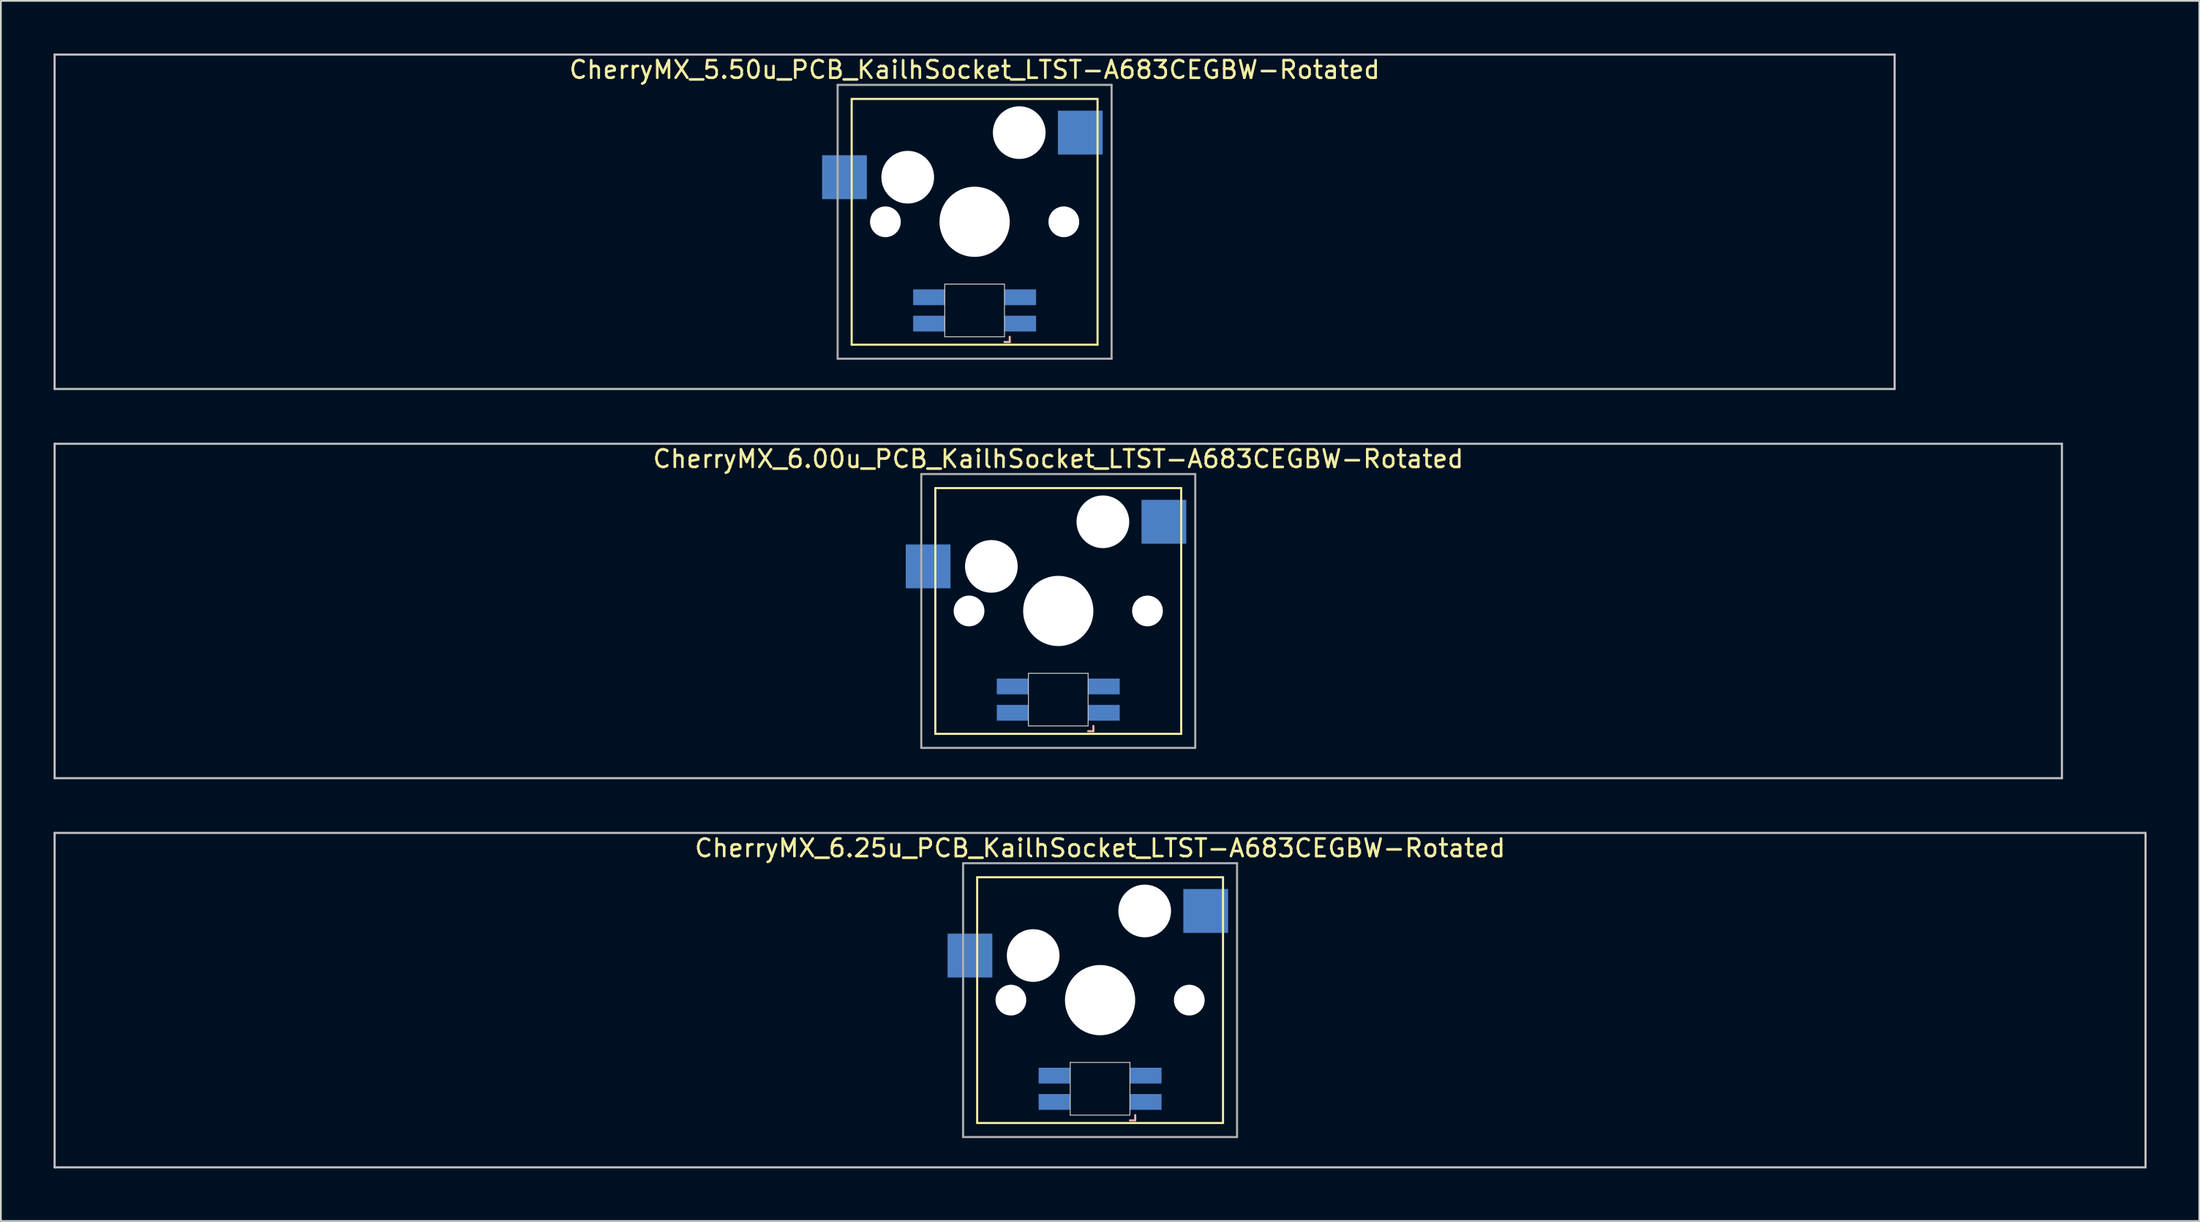
<source format=kicad_pcb>
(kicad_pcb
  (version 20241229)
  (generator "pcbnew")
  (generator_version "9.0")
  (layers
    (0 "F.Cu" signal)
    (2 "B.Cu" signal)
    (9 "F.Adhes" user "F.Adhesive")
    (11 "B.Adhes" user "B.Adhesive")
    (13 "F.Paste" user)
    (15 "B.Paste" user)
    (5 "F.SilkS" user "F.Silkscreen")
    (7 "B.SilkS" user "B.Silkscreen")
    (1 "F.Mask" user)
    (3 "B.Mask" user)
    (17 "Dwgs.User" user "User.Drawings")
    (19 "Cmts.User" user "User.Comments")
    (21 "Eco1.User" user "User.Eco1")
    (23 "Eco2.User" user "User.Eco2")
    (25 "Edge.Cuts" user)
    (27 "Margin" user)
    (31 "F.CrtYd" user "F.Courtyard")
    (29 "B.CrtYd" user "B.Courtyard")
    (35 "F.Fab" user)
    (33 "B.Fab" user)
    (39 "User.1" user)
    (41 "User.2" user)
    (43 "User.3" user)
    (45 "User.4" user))
  (footprint "CherryMX_5.50u_PCB_KailhSocket_LTST-A683CEGBW-Rotated"
    (layer "F.Cu")
    (at 52.447 9.585)
    (property "Reference" "CherryMX_5.50u_PCB_KailhSocket_LTST-A683CEGBW-Rotated" (at 0 -8.662 0) (layer "F.SilkS") (effects (font (size 1 1) (thickness 0.15))))
    (attr through_hole)
    (fp_line (start -7 -7) (end -7 7) (stroke (width 0.12) (type solid)) (layer "F.SilkS"))
    (fp_line (start -7 -7) (end 7 -7) (stroke (width 0.12) (type solid)) (layer "F.SilkS"))
    (fp_line (start 7 -7) (end 7 7) (stroke (width 0.12) (type solid)) (layer "F.SilkS"))
    (fp_line (start 7 7) (end -7 7) (stroke (width 0.12) (type solid)) (layer "F.SilkS"))
    (fp_line (start 1.7 6.85) (end 2 6.85) (stroke (width 0.12) (type solid)) (layer "B.SilkS"))
    (fp_line (start 2 6.85) (end 2 6.55) (stroke (width 0.12) (type solid)) (layer "B.SilkS"))
    (fp_line (start -52.388 -9.525) (end 52.388 -9.525) (stroke (width 0.12) (type solid)) (layer "Dwgs.User"))
    (fp_line (start -52.388 9.525) (end -52.388 -9.525) (stroke (width 0.12) (type solid)) (layer "Dwgs.User"))
    (fp_line (start 52.388 -9.525) (end 52.388 9.525) (stroke (width 0.12) (type solid)) (layer "Dwgs.User"))
    (fp_line (start 52.388 9.525) (end -52.388 9.525) (stroke (width 0.12) (type solid)) (layer "Dwgs.User"))
    (fp_line (start -1.7 3.55) (end 1.7 3.55) (stroke (width 0.05) (type solid)) (layer "Edge.Cuts"))
    (fp_line (start -1.7 6.55) (end -1.7 3.55) (stroke (width 0.05) (type solid)) (layer "Edge.Cuts"))
    (fp_line (start 1.7 3.55) (end 1.7 6.55) (stroke (width 0.05) (type solid)) (layer "Edge.Cuts"))
    (fp_line (start 1.7 6.55) (end -1.7 6.55) (stroke (width 0.05) (type solid)) (layer "Edge.Cuts"))
    (fp_line (start -7.8 -7.8) (end -7.8 7.8) (stroke (width 0.12) (type solid)) (layer "F.Fab"))
    (fp_line (start -7.8 -7.8) (end 7.8 -7.8) (stroke (width 0.12) (type solid)) (layer "F.Fab"))
    (fp_line (start -7.8 7.8) (end 7.8 7.8) (stroke (width 0.12) (type solid)) (layer "F.Fab"))
    (fp_line (start 7.8 -7.8) (end 7.8 7.8) (stroke (width 0.12) (type solid)) (layer "F.Fab"))
    (pad "" np_thru_hole circle (at -5.08 0) (size 1.75 1.75) (drill 1.75) (layers "*.Cu" "*.Mask"))
    (pad "" np_thru_hole circle (at -3.81 -2.54) (size 3 3) (drill 3) (layers "*.Cu" "*.Mask"))
    (pad "" np_thru_hole circle (at 0 0) (size 4 4) (drill 4) (layers "*.Cu" "*.Mask"))
    (pad "" np_thru_hole circle (at 2.54 -5.08) (size 3 3) (drill 3) (layers "*.Cu" "*.Mask"))
    (pad "" np_thru_hole circle (at 5.08 0) (size 1.75 1.75) (drill 1.75) (layers "*.Cu" "*.Mask"))
    (pad "1" smd rect (at -7.41 -2.54) (size 2.55 2.5) (layers "B.Cu" "B.Mask" "B.Paste"))
    (pad "2" smd rect (at 6.015 -5.08) (size 2.55 2.5) (layers "B.Cu" "B.Mask" "B.Paste"))
    (pad "3" smd rect (at 2.6 5.8) (size 1.8 0.9) (layers "B.Cu" "B.Mask" "B.Paste"))
    (pad "4" smd rect (at 2.6 4.3) (size 1.8 0.9) (layers "B.Cu" "B.Mask" "B.Paste"))
    (pad "5" smd rect (at -2.6 5.8) (size 1.8 0.9) (layers "B.Cu" "B.Mask" "B.Paste"))
    (pad "6" smd rect (at -2.6 4.3) (size 1.8 0.9) (layers "B.Cu" "B.Mask" "B.Paste")))
  (footprint "CherryMX_6.00u_PCB_KailhSocket_LTST-A683CEGBW-Rotated"
    (layer "F.Cu")
    (at 57.21 31.755)
    (property "Reference" "CherryMX_6.00u_PCB_KailhSocket_LTST-A683CEGBW-Rotated" (at 0 -8.662 0) (layer "F.SilkS") (effects (font (size 1 1) (thickness 0.15))))
    (attr through_hole)
    (fp_line (start -7 -7) (end -7 7) (stroke (width 0.12) (type solid)) (layer "F.SilkS"))
    (fp_line (start -7 -7) (end 7 -7) (stroke (width 0.12) (type solid)) (layer "F.SilkS"))
    (fp_line (start 7 -7) (end 7 7) (stroke (width 0.12) (type solid)) (layer "F.SilkS"))
    (fp_line (start 7 7) (end -7 7) (stroke (width 0.12) (type solid)) (layer "F.SilkS"))
    (fp_line (start 1.7 6.85) (end 2 6.85) (stroke (width 0.12) (type solid)) (layer "B.SilkS"))
    (fp_line (start 2 6.85) (end 2 6.55) (stroke (width 0.12) (type solid)) (layer "B.SilkS"))
    (fp_line (start -57.15 -9.525) (end 57.15 -9.525) (stroke (width 0.12) (type solid)) (layer "Dwgs.User"))
    (fp_line (start -57.15 9.525) (end -57.15 -9.525) (stroke (width 0.12) (type solid)) (layer "Dwgs.User"))
    (fp_line (start 57.15 -9.525) (end 57.15 9.525) (stroke (width 0.12) (type solid)) (layer "Dwgs.User"))
    (fp_line (start 57.15 9.525) (end -57.15 9.525) (stroke (width 0.12) (type solid)) (layer "Dwgs.User"))
    (fp_line (start -1.7 3.55) (end 1.7 3.55) (stroke (width 0.05) (type solid)) (layer "Edge.Cuts"))
    (fp_line (start -1.7 6.55) (end -1.7 3.55) (stroke (width 0.05) (type solid)) (layer "Edge.Cuts"))
    (fp_line (start 1.7 3.55) (end 1.7 6.55) (stroke (width 0.05) (type solid)) (layer "Edge.Cuts"))
    (fp_line (start 1.7 6.55) (end -1.7 6.55) (stroke (width 0.05) (type solid)) (layer "Edge.Cuts"))
    (fp_line (start -7.8 -7.8) (end -7.8 7.8) (stroke (width 0.12) (type solid)) (layer "F.Fab"))
    (fp_line (start -7.8 -7.8) (end 7.8 -7.8) (stroke (width 0.12) (type solid)) (layer "F.Fab"))
    (fp_line (start -7.8 7.8) (end 7.8 7.8) (stroke (width 0.12) (type solid)) (layer "F.Fab"))
    (fp_line (start 7.8 -7.8) (end 7.8 7.8) (stroke (width 0.12) (type solid)) (layer "F.Fab"))
    (pad "" np_thru_hole circle (at -5.08 0) (size 1.75 1.75) (drill 1.75) (layers "*.Cu" "*.Mask"))
    (pad "" np_thru_hole circle (at -3.81 -2.54) (size 3 3) (drill 3) (layers "*.Cu" "*.Mask"))
    (pad "" np_thru_hole circle (at 0 0) (size 4 4) (drill 4) (layers "*.Cu" "*.Mask"))
    (pad "" np_thru_hole circle (at 2.54 -5.08) (size 3 3) (drill 3) (layers "*.Cu" "*.Mask"))
    (pad "" np_thru_hole circle (at 5.08 0) (size 1.75 1.75) (drill 1.75) (layers "*.Cu" "*.Mask"))
    (pad "1" smd rect (at -7.41 -2.54) (size 2.55 2.5) (layers "B.Cu" "B.Mask" "B.Paste"))
    (pad "2" smd rect (at 6.015 -5.08) (size 2.55 2.5) (layers "B.Cu" "B.Mask" "B.Paste"))
    (pad "3" smd rect (at 2.6 5.8) (size 1.8 0.9) (layers "B.Cu" "B.Mask" "B.Paste"))
    (pad "4" smd rect (at 2.6 4.3) (size 1.8 0.9) (layers "B.Cu" "B.Mask" "B.Paste"))
    (pad "5" smd rect (at -2.6 5.8) (size 1.8 0.9) (layers "B.Cu" "B.Mask" "B.Paste"))
    (pad "6" smd rect (at -2.6 4.3) (size 1.8 0.9) (layers "B.Cu" "B.Mask" "B.Paste")))
  (footprint "CherryMX_6.25u_PCB_KailhSocket_LTST-A683CEGBW-Rotated"
    (layer "F.Cu")
    (at 59.591 53.925)
    (property "Reference" "CherryMX_6.25u_PCB_KailhSocket_LTST-A683CEGBW-Rotated" (at 0 -8.662 0) (layer "F.SilkS") (effects (font (size 1 1) (thickness 0.15))))
    (attr through_hole)
    (fp_line (start -7 -7) (end -7 7) (stroke (width 0.12) (type solid)) (layer "F.SilkS"))
    (fp_line (start -7 -7) (end 7 -7) (stroke (width 0.12) (type solid)) (layer "F.SilkS"))
    (fp_line (start 7 -7) (end 7 7) (stroke (width 0.12) (type solid)) (layer "F.SilkS"))
    (fp_line (start 7 7) (end -7 7) (stroke (width 0.12) (type solid)) (layer "F.SilkS"))
    (fp_line (start 1.7 6.85) (end 2 6.85) (stroke (width 0.12) (type solid)) (layer "B.SilkS"))
    (fp_line (start 2 6.85) (end 2 6.55) (stroke (width 0.12) (type solid)) (layer "B.SilkS"))
    (fp_line (start -59.531 -9.525) (end 59.531 -9.525) (stroke (width 0.12) (type solid)) (layer "Dwgs.User"))
    (fp_line (start -59.531 9.525) (end -59.531 -9.525) (stroke (width 0.12) (type solid)) (layer "Dwgs.User"))
    (fp_line (start 59.531 -9.525) (end 59.531 9.525) (stroke (width 0.12) (type solid)) (layer "Dwgs.User"))
    (fp_line (start 59.531 9.525) (end -59.531 9.525) (stroke (width 0.12) (type solid)) (layer "Dwgs.User"))
    (fp_line (start -1.7 3.55) (end 1.7 3.55) (stroke (width 0.05) (type solid)) (layer "Edge.Cuts"))
    (fp_line (start -1.7 6.55) (end -1.7 3.55) (stroke (width 0.05) (type solid)) (layer "Edge.Cuts"))
    (fp_line (start 1.7 3.55) (end 1.7 6.55) (stroke (width 0.05) (type solid)) (layer "Edge.Cuts"))
    (fp_line (start 1.7 6.55) (end -1.7 6.55) (stroke (width 0.05) (type solid)) (layer "Edge.Cuts"))
    (fp_line (start -7.8 -7.8) (end -7.8 7.8) (stroke (width 0.12) (type solid)) (layer "F.Fab"))
    (fp_line (start -7.8 -7.8) (end 7.8 -7.8) (stroke (width 0.12) (type solid)) (layer "F.Fab"))
    (fp_line (start -7.8 7.8) (end 7.8 7.8) (stroke (width 0.12) (type solid)) (layer "F.Fab"))
    (fp_line (start 7.8 -7.8) (end 7.8 7.8) (stroke (width 0.12) (type solid)) (layer "F.Fab"))
    (pad "" np_thru_hole circle (at -5.08 0) (size 1.75 1.75) (drill 1.75) (layers "*.Cu" "*.Mask"))
    (pad "" np_thru_hole circle (at -3.81 -2.54) (size 3 3) (drill 3) (layers "*.Cu" "*.Mask"))
    (pad "" np_thru_hole circle (at 0 0) (size 4 4) (drill 4) (layers "*.Cu" "*.Mask"))
    (pad "" np_thru_hole circle (at 2.54 -5.08) (size 3 3) (drill 3) (layers "*.Cu" "*.Mask"))
    (pad "" np_thru_hole circle (at 5.08 0) (size 1.75 1.75) (drill 1.75) (layers "*.Cu" "*.Mask"))
    (pad "1" smd rect (at -7.41 -2.54) (size 2.55 2.5) (layers "B.Cu" "B.Mask" "B.Paste"))
    (pad "2" smd rect (at 6.015 -5.08) (size 2.55 2.5) (layers "B.Cu" "B.Mask" "B.Paste"))
    (pad "3" smd rect (at 2.6 5.8) (size 1.8 0.9) (layers "B.Cu" "B.Mask" "B.Paste"))
    (pad "4" smd rect (at 2.6 4.3) (size 1.8 0.9) (layers "B.Cu" "B.Mask" "B.Paste"))
    (pad "5" smd rect (at -2.6 5.8) (size 1.8 0.9) (layers "B.Cu" "B.Mask" "B.Paste"))
    (pad "6" smd rect (at -2.6 4.3) (size 1.8 0.9) (layers "B.Cu" "B.Mask" "B.Paste")))
  (gr_rect
    (start -3 -3)
    (end 122.183 66.51)
    (stroke (width 0.1) (type default))
    (fill no)
    (layer "Edge.Cuts")))
</source>
